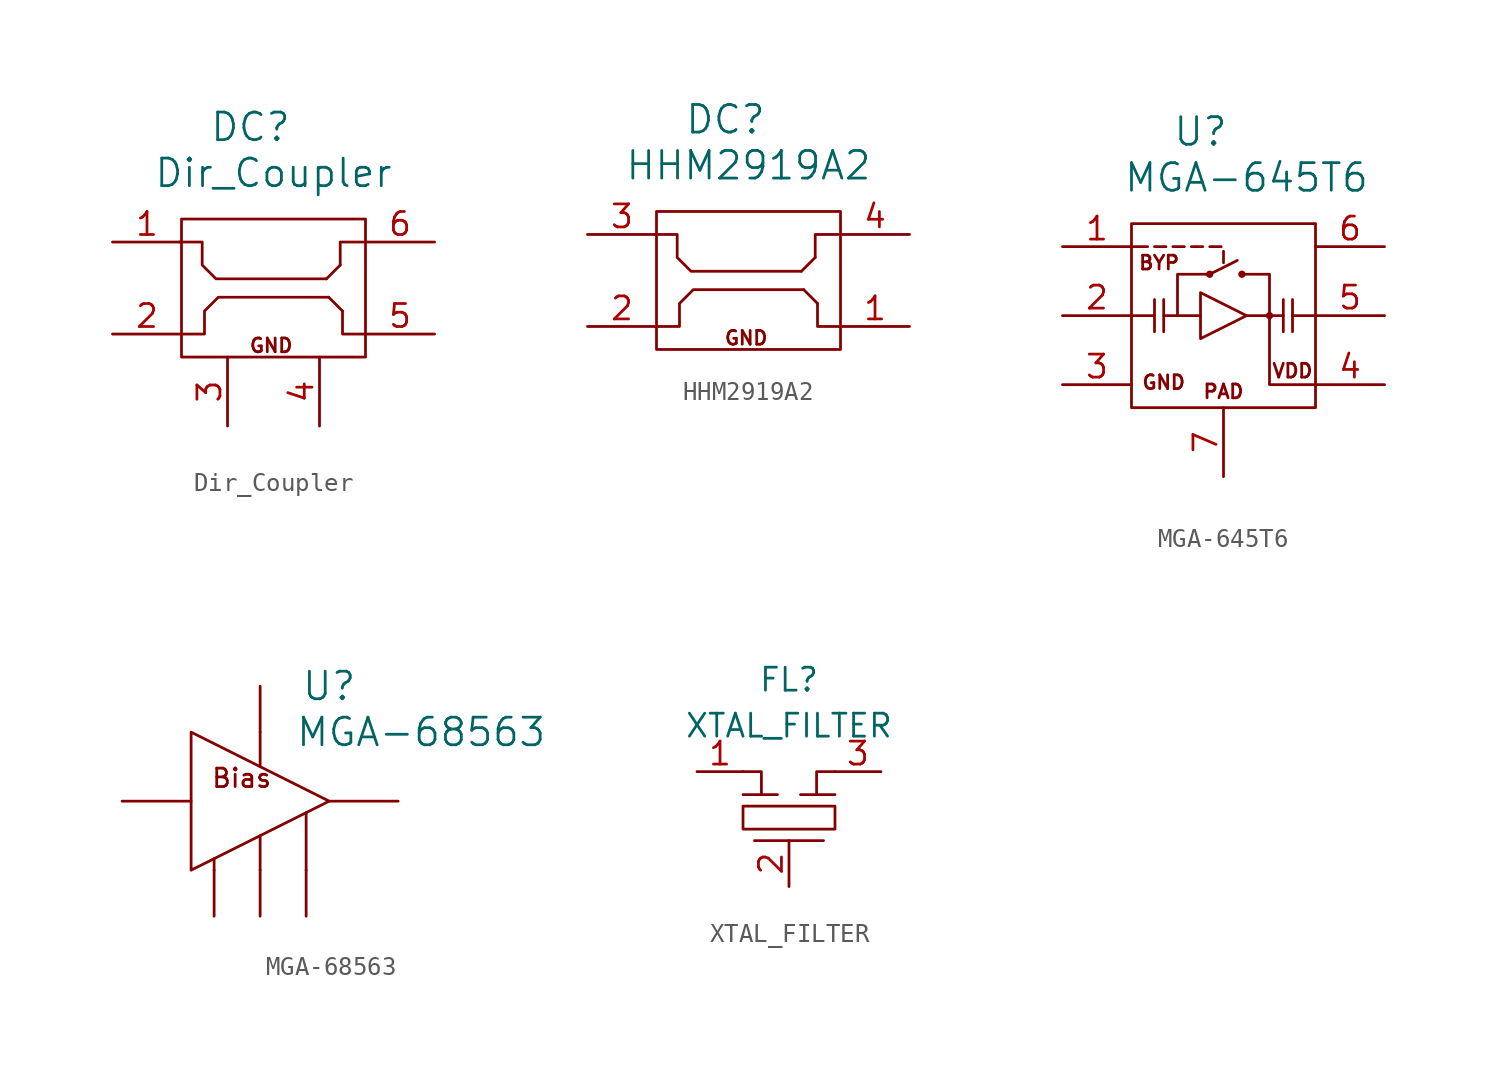
<source format=kicad_sym>
(kicad_symbol_lib
  (version 20211014)
  (generator kicad_symbol_editor)
  (symbol "Dir_Coupler"
    (pin_names
      (offset 1.016) hide)
    (property "Reference" "DC"
      (at -1.27 8.89 0)
      (effects (font (size 1.524 1.524))))
    (property "Value" "Dir_Coupler"
      (at 0 6.35 0)
      (effects (font (size 1.524 1.524))))
    (symbol "Dir_Coupler_0_0"
      (text "GND" (at -0.127 -3.175 0) (effects (font (size 0.762 0.762)))))
    (symbol "Dir_Coupler_0_1"
      (rectangle (start -5.08 3.81) (end 5.08 -3.81) (stroke (width 0) (type default) (color 0 0 0 0)) (fill (type none)))
      (polyline (pts (xy 3.683 1.27) (xy 2.921 0.508)) (stroke (width 0) (type default) (color 0 0 0 0)) (fill (type none)))
      (polyline (pts (xy 3.81 -1.27) (xy 3.048 -0.508)) (stroke (width 0) (type default) (color 0 0 0 0)) (fill (type none)))
      (polyline (pts (xy 4.953 2.54) (xy 3.683 2.54) (xy 3.683 1.27)) (stroke (width 0) (type default) (color 0 0 0 0)) (fill (type none)))
      (polyline (pts (xy 5.08 -2.54) (xy 3.81 -2.54) (xy 3.81 -1.27)) (stroke (width 0) (type default) (color 0 0 0 0)) (fill (type none)))
      (polyline (pts (xy -5.207 2.54) (xy -3.937 2.54) (xy -3.937 1.27) (xy -3.175 0.508) (xy 2.921 0.508)) (stroke (width 0) (type default) (color 0 0 0 0)) (fill (type none)))
      (polyline (pts (xy -5.08 -2.54) (xy -3.81 -2.54) (xy -3.81 -1.27) (xy -3.048 -0.508) (xy 3.048 -0.508)) (stroke (width 0) (type default) (color 0 0 0 0)) (fill (type none))))
    (symbol "Dir_Coupler_1_1"
      (pin input line (at -8.89 2.54 0) (length 3.81) (name "Direct" (effects (font (size 1.27 1.27)))) (number "1" (effects (font (size 1.27 1.27)))))
      (pin input line (at -8.89 -2.54 0) (length 3.81) (name "Isolated" (effects (font (size 1.27 1.27)))) (number "2" (effects (font (size 1.27 1.27)))))
      (pin input line (at -2.54 -7.62 90) (length 3.81) (name "GND" (effects (font (size 1.27 1.27)))) (number "3" (effects (font (size 1.27 1.27)))))
      (pin input line (at 2.54 -7.62 90) (length 3.81) (name "GND" (effects (font (size 1.27 1.27)))) (number "4" (effects (font (size 1.27 1.27)))))
      (pin input line (at 8.89 -2.54 180) (length 3.81) (name "Coupled" (effects (font (size 1.27 1.27)))) (number "5" (effects (font (size 1.27 1.27)))))
      (pin input line (at 8.89 2.54 180) (length 3.81) (name "Input" (effects (font (size 1.27 1.27)))) (number "6" (effects (font (size 1.27 1.27)))))))
  (symbol "HHM2919A2"
    (pin_names
      (offset 1.016) hide)
    (property "Reference" "DC"
      (at -1.27 8.89 0)
      (effects (font (size 1.524 1.524))))
    (property "Value" "HHM2919A2"
      (at 0 6.35 0)
      (effects (font (size 1.524 1.524))))
    (symbol "HHM2919A2_0_0"
      (text "GND" (at -0.127 -3.175 0) (effects (font (size 0.762 0.762)))))
    (symbol "HHM2919A2_0_1"
      (rectangle (start -5.08 3.81) (end 5.08 -3.81) (stroke (width 0) (type default) (color 0 0 0 0)) (fill (type none)))
      (polyline (pts (xy 3.683 1.27) (xy 2.921 0.508)) (stroke (width 0) (type default) (color 0 0 0 0)) (fill (type none)))
      (polyline (pts (xy 3.81 -1.27) (xy 3.048 -0.508)) (stroke (width 0) (type default) (color 0 0 0 0)) (fill (type none)))
      (polyline (pts (xy 4.953 2.54) (xy 3.683 2.54) (xy 3.683 1.27)) (stroke (width 0) (type default) (color 0 0 0 0)) (fill (type none)))
      (polyline (pts (xy 5.08 -2.54) (xy 3.81 -2.54) (xy 3.81 -1.27)) (stroke (width 0) (type default) (color 0 0 0 0)) (fill (type none)))
      (polyline (pts (xy -5.207 2.54) (xy -3.937 2.54) (xy -3.937 1.27) (xy -3.175 0.508) (xy 2.921 0.508)) (stroke (width 0) (type default) (color 0 0 0 0)) (fill (type none)))
      (polyline (pts (xy -5.08 -2.54) (xy -3.81 -2.54) (xy -3.81 -1.27) (xy -3.048 -0.508) (xy 3.048 -0.508)) (stroke (width 0) (type default) (color 0 0 0 0)) (fill (type none))))
    (symbol "HHM2919A2_1_1"
      (pin passive line (at 8.89 -2.54 180) (length 3.81) (name "Coupled" (effects (font (size 1.27 1.27)))) (number "1" (effects (font (size 1.27 1.27)))))
      (pin passive line (at -8.89 -2.54 0) (length 3.81) (name "Isolated" (effects (font (size 1.27 1.27)))) (number "2" (effects (font (size 1.27 1.27)))))
      (pin passive line (at -8.89 2.54 0) (length 3.81) (name "Direct" (effects (font (size 1.27 1.27)))) (number "3" (effects (font (size 1.27 1.27)))))
      (pin passive line (at 8.89 2.54 180) (length 3.81) (name "Input" (effects (font (size 1.27 1.27)))) (number "4" (effects (font (size 1.27 1.27)))))))
  (symbol "MGA-645T6"
    (pin_names
      (offset 1.016) hide)
    (property "Reference" "U"
      (at -1.27 10.16 0)
      (effects (font (size 1.524 1.524))))
    (property "Value" "MGA-645T6"
      (at 1.27 7.62 0)
      (effects (font (size 1.524 1.524))))
    (symbol "MGA-645T6_0_0"
      (text "BYP" (at -3.556 2.921 0) (effects (font (size 0.762 0.762))))
      (text "GND" (at -3.302 -3.683 0) (effects (font (size 0.762 0.762))))
      (text "PAD" (at 0 -4.191 0) (effects (font (size 0.762 0.762))))
      (text "VDD" (at 3.81 -3.048 0) (effects (font (size 0.762 0.762)))))
    (symbol "MGA-645T6_0_1"
      (rectangle (start -5.08 5.08) (end 5.08 -5.08) (stroke (width 0) (type default) (color 0 0 0 0)) (fill (type none)))
      (circle (center -0.762 2.286) (radius 0.127) (stroke (width 0) (type default) (color 0 0 0 0)) (fill (type none)))
      (polyline (pts (xy -3.81 0) (xy -5.08 0)) (stroke (width 0) (type default) (color 0 0 0 0)) (fill (type none)))
      (polyline (pts (xy -3.81 0.889) (xy -3.81 -0.889)) (stroke (width 0) (type default) (color 0 0 0 0)) (fill (type none)))
      (polyline (pts (xy -3.81 3.81) (xy -3.175 3.81)) (stroke (width 0) (type default) (color 0 0 0 0)) (fill (type none)))
      (polyline (pts (xy -3.302 0.889) (xy -3.302 -0.889)) (stroke (width 0) (type default) (color 0 0 0 0)) (fill (type none)))
      (polyline (pts (xy -2.794 3.81) (xy -2.159 3.81)) (stroke (width 0) (type default) (color 0 0 0 0)) (fill (type none)))
      (polyline (pts (xy -1.778 3.81) (xy -1.143 3.81)) (stroke (width 0) (type default) (color 0 0 0 0)) (fill (type none)))
      (polyline (pts (xy -1.27 0) (xy -3.302 0)) (stroke (width 0) (type default) (color 0 0 0 0)) (fill (type none)))
      (polyline (pts (xy -0.762 3.81) (xy -0.127 3.81)) (stroke (width 0) (type default) (color 0 0 0 0)) (fill (type none)))
      (polyline (pts (xy 0 2.921) (xy 0 3.556)) (stroke (width 0) (type default) (color 0 0 0 0)) (fill (type none)))
      (polyline (pts (xy 1.27 0) (xy 3.302 0)) (stroke (width 0) (type default) (color 0 0 0 0)) (fill (type none)))
      (polyline (pts (xy 3.302 0.889) (xy 3.302 -0.889)) (stroke (width 0) (type default) (color 0 0 0 0)) (fill (type none)))
      (polyline (pts (xy 3.81 0) (xy 5.08 0)) (stroke (width 0) (type default) (color 0 0 0 0)) (fill (type none)))
      (polyline (pts (xy 3.81 0.889) (xy 3.81 -0.889)) (stroke (width 0) (type default) (color 0 0 0 0)) (fill (type none)))
      (polyline (pts (xy -5.08 3.81) (xy -4.445 3.81) (xy -4.191 3.81)) (stroke (width 0) (type default) (color 0 0 0 0)) (fill (type none)))
      (polyline (pts (xy 1.016 2.286) (xy 2.54 2.286) (xy 2.54 0)) (stroke (width 0) (type default) (color 0 0 0 0)) (fill (type none)))
      (polyline (pts (xy 2.54 0) (xy 2.54 -3.81) (xy 5.08 -3.81)) (stroke (width 0) (type default) (color 0 0 0 0)) (fill (type none)))
      (polyline (pts (xy -2.54 0) (xy -2.54 2.286) (xy -0.762 2.286) (xy 0.762 3.048)) (stroke (width 0) (type default) (color 0 0 0 0)) (fill (type none)))
      (polyline (pts (xy -1.27 1.27) (xy -1.27 -1.27) (xy 1.27 0) (xy -1.27 1.27)) (stroke (width 0) (type default) (color 0 0 0 0)) (fill (type none)))
      (circle (center 1.016 2.286) (radius 0.127) (stroke (width 0) (type default) (color 0 0 0 0)) (fill (type none)))
      (circle (center 2.54 0) (radius 0.127) (stroke (width 0) (type default) (color 0 0 0 0)) (fill (type none))))
    (symbol "MGA-645T6_1_1"
      (pin input line (at -8.89 3.81 0) (length 3.81) (name "Vbypass" (effects (font (size 1.27 1.27)))) (number "1" (effects (font (size 1.27 1.27)))))
      (pin input line (at -8.89 0 0) (length 3.81) (name "RF_in" (effects (font (size 1.27 1.27)))) (number "2" (effects (font (size 1.27 1.27)))))
      (pin passive line (at -8.89 -3.81 0) (length 3.81) (name "GND" (effects (font (size 1.27 1.27)))) (number "3" (effects (font (size 1.27 1.27)))))
      (pin input line (at 8.89 -3.81 180) (length 3.81) (name "VDD" (effects (font (size 1.27 1.27)))) (number "4" (effects (font (size 1.27 1.27)))))
      (pin input line (at 8.89 0 180) (length 3.81) (name "RF_out" (effects (font (size 1.27 1.27)))) (number "5" (effects (font (size 1.27 1.27)))))
      (pin input line (at 8.89 3.81 180) (length 3.81) (name "NC" (effects (font (size 1.27 1.27)))) (number "6" (effects (font (size 1.27 1.27)))))
      (pin passive line (at 0 -8.89 90) (length 3.81) (name "PAD" (effects (font (size 1.27 1.27)))) (number "7" (effects (font (size 1.27 1.27)))))))
  (symbol "MGA-68563"
    (pin_numbers hide)
    (pin_names
      (offset 1.016) hide)
    (property "Reference" "U"
      (at 3.81 6.35 0)
      (effects (font (size 1.524 1.524))))
    (property "Value" "MGA-68563"
      (at 8.89 3.81 0)
      (effects (font (size 1.524 1.524))))
    (symbol "MGA-68563_0_0"
      (text "Bias" (at -1.016 1.27 0) (effects (font (size 1.016 1.016)))))
    (symbol "MGA-68563_0_1"
      (polyline (pts (xy -2.54 -3.81) (xy -2.54 -3.175)) (stroke (width 0) (type default) (color 0 0 0 0)) (fill (type none)))
      (polyline (pts (xy 0 -3.81) (xy 0 -1.905)) (stroke (width 0) (type default) (color 0 0 0 0)) (fill (type none)))
      (polyline (pts (xy 0 3.81) (xy 0 1.905)) (stroke (width 0) (type default) (color 0 0 0 0)) (fill (type none)))
      (polyline (pts (xy 2.54 -3.81) (xy 2.54 -0.635)) (stroke (width 0) (type default) (color 0 0 0 0)) (fill (type none)))
      (polyline (pts (xy -3.81 3.81) (xy 3.81 0) (xy -3.81 -3.81) (xy -3.81 3.81)) (stroke (width 0) (type default) (color 0 0 0 0)) (fill (type none))))
    (symbol "MGA-68563_1_1"
      (pin input line (at -2.54 -6.35 90) (length 2.54) (name "GND" (effects (font (size 1.27 1.27)))) (number "1" (effects (font (size 1.27 1.27)))))
      (pin input line (at 0 -6.35 90) (length 2.54) (name "GND" (effects (font (size 1.27 1.27)))) (number "2" (effects (font (size 1.27 1.27)))))
      (pin input line (at -7.62 0 0) (length 3.81) (name "IN" (effects (font (size 1.27 1.27)))) (number "3" (effects (font (size 1.27 1.27)))))
      (pin input line (at 0 6.35 270) (length 2.54) (name "BIAS" (effects (font (size 1.27 1.27)))) (number "4" (effects (font (size 1.27 1.27)))))
      (pin input line (at 2.54 -6.35 90) (length 2.54) (name "GND" (effects (font (size 1.27 1.27)))) (number "5" (effects (font (size 1.27 1.27)))))
      (pin input line (at 7.62 0 180) (length 3.81) (name "OUT" (effects (font (size 1.27 1.27)))) (number "6" (effects (font (size 1.27 1.27)))))))
  (symbol "XTAL_FILTER"
    (pin_names hide)
    (property "Reference" "FL"
      (at 0 7.62 0)
      (effects (font (size 1.27 1.27))))
    (property "Value" "XTAL_FILTER"
      (at 0 5.08 0)
      (effects (font (size 1.27 1.27))))
    (symbol "XTAL_FILTER_0_1"
      (rectangle (start -2.54 0.635) (end 2.54 -0.635) (stroke (width 0) (type default) (color 0 0 0 0)) (fill (type none)))
      (polyline (pts (xy -2.54 1.27) (xy -0.635 1.27)) (stroke (width 0) (type default) (color 0 0 0 0)) (fill (type none)))
      (polyline (pts (xy -1.905 -1.27) (xy 1.905 -1.27)) (stroke (width 0) (type default) (color 0 0 0 0)) (fill (type none)))
      (polyline (pts (xy 0.635 1.27) (xy 2.54 1.27)) (stroke (width 0) (type default) (color 0 0 0 0)) (fill (type none)))
      (polyline (pts (xy -1.524 1.27) (xy -1.524 2.54) (xy -2.54 2.54)) (stroke (width 0) (type default) (color 0 0 0 0)) (fill (type none)))
      (polyline (pts (xy 2.54 2.54) (xy 1.524 2.54) (xy 1.524 1.27)) (stroke (width 0) (type default) (color 0 0 0 0)) (fill (type none))))
    (symbol "XTAL_FILTER_1_1"
      (pin input line (at -5.08 2.54 0) (length 2.54) (name "1" (effects (font (size 1.27 1.27)))) (number "1" (effects (font (size 1.27 1.27)))))
      (pin input line (at 0 -3.81 90) (length 2.54) (name "2" (effects (font (size 1.27 1.27)))) (number "2" (effects (font (size 1.27 1.27)))))
      (pin input line (at 5.08 2.54 180) (length 2.54) (name "3" (effects (font (size 1.27 1.27)))) (number "3" (effects (font (size 1.27 1.27))))))))
</source>
